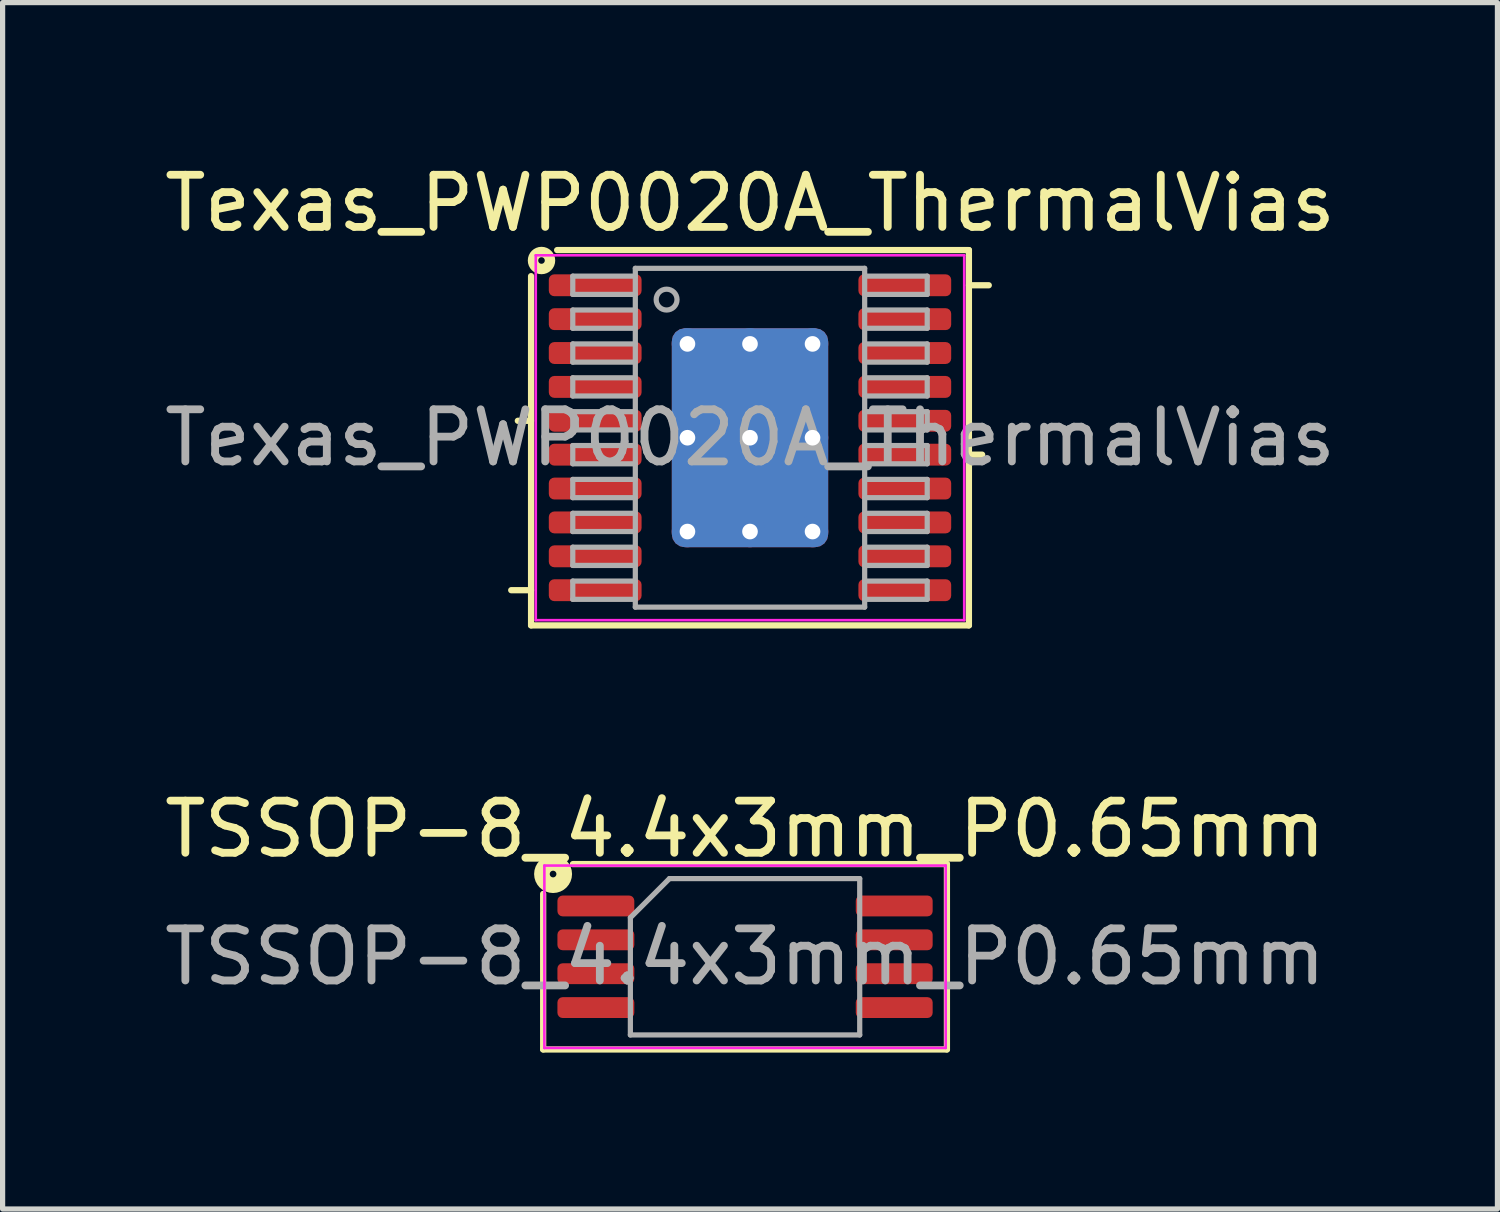
<source format=kicad_pcb>
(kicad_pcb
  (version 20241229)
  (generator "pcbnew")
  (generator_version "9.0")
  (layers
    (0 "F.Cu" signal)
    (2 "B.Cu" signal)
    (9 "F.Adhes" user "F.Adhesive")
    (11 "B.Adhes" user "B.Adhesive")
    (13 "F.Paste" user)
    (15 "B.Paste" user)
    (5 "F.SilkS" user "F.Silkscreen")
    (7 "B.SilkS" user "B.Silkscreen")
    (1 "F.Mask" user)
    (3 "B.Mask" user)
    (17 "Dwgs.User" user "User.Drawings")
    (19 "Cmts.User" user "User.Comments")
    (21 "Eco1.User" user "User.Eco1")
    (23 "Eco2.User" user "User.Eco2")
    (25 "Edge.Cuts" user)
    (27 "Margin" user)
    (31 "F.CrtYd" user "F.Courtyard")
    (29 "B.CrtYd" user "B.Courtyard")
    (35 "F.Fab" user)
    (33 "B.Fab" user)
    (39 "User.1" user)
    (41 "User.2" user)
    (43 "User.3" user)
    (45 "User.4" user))
  (footprint "Texas_PWP0020A_ThermalVias"
    (layer "F.Cu")
    (at 11.339 5.348)
    (property "Reference" "Texas_PWP0020A_ThermalVias" (at 0 -4.5 0) (layer "F.SilkS") (effects (font (size 1 1) (thickness 0.15))))
    (attr smd)
    (fp_line (start -4.2 -3.1) (end -4.2 3.6) (stroke (width 0.12) (type solid)) (layer "F.SilkS"))
    (fp_line (start -4.2 -0.325) (end -4.454 -0.325) (stroke (width 0.12) (type solid)) (layer "F.SilkS"))
    (fp_line (start -4.2 2.925) (end -4.581 2.925) (stroke (width 0.12) (type solid)) (layer "F.SilkS"))
    (fp_line (start -4.2 3.6) (end 4.2 3.6) (stroke (width 0.12) (type solid)) (layer "F.SilkS"))
    (fp_line (start 4.2 -3.6) (end -3.7 -3.6) (stroke (width 0.12) (type solid)) (layer "F.SilkS"))
    (fp_line (start 4.2 -2.925) (end 4.581 -2.925) (stroke (width 0.12) (type solid)) (layer "F.SilkS"))
    (fp_line (start 4.2 0.325) (end 4.454 0.325) (stroke (width 0.12) (type solid)) (layer "F.SilkS"))
    (fp_line (start 4.2 3.6) (end 4.2 -3.6) (stroke (width 0.12) (type solid)) (layer "F.SilkS"))
    (fp_circle (center -4 -3.4) (end -3.937 -3.4) (stroke (width 0.2) (type solid)) (fill no) (layer "F.SilkS"))
    (fp_line (start -4.11 -3.5) (end -4.11 3.5) (stroke (width 0.05) (type solid)) (layer "F.CrtYd"))
    (fp_line (start -4.11 3.5) (end 4.11 3.5) (stroke (width 0.05) (type solid)) (layer "F.CrtYd"))
    (fp_line (start 4.11 -3.5) (end -4.11 -3.5) (stroke (width 0.05) (type solid)) (layer "F.CrtYd"))
    (fp_line (start 4.11 3.5) (end 4.11 -3.5) (stroke (width 0.05) (type solid)) (layer "F.CrtYd"))
    (fp_line (start -3.4 -3.1) (end -3.4 -2.75) (stroke (width 0.1) (type solid)) (layer "F.Fab"))
    (fp_line (start -3.4 -2.75) (end -2.2 -2.75) (stroke (width 0.1) (type solid)) (layer "F.Fab"))
    (fp_line (start -3.4 -2.45) (end -3.4 -2.1) (stroke (width 0.1) (type solid)) (layer "F.Fab"))
    (fp_line (start -3.4 -2.1) (end -2.2 -2.1) (stroke (width 0.1) (type solid)) (layer "F.Fab"))
    (fp_line (start -3.4 -1.8) (end -3.4 -1.45) (stroke (width 0.1) (type solid)) (layer "F.Fab"))
    (fp_line (start -3.4 -1.45) (end -2.2 -1.45) (stroke (width 0.1) (type solid)) (layer "F.Fab"))
    (fp_line (start -3.4 -1.15) (end -3.4 -0.8) (stroke (width 0.1) (type solid)) (layer "F.Fab"))
    (fp_line (start -3.4 -0.8) (end -2.2 -0.8) (stroke (width 0.1) (type solid)) (layer "F.Fab"))
    (fp_line (start -3.4 -0.5) (end -3.4 -0.15) (stroke (width 0.1) (type solid)) (layer "F.Fab"))
    (fp_line (start -3.4 -0.15) (end -2.2 -0.15) (stroke (width 0.1) (type solid)) (layer "F.Fab"))
    (fp_line (start -3.4 0.15) (end -3.4 0.5) (stroke (width 0.1) (type solid)) (layer "F.Fab"))
    (fp_line (start -3.4 0.5) (end -2.2 0.5) (stroke (width 0.1) (type solid)) (layer "F.Fab"))
    (fp_line (start -3.4 0.8) (end -3.4 1.15) (stroke (width 0.1) (type solid)) (layer "F.Fab"))
    (fp_line (start -3.4 1.15) (end -2.2 1.15) (stroke (width 0.1) (type solid)) (layer "F.Fab"))
    (fp_line (start -3.4 1.45) (end -3.4 1.8) (stroke (width 0.1) (type solid)) (layer "F.Fab"))
    (fp_line (start -3.4 1.8) (end -2.2 1.8) (stroke (width 0.1) (type solid)) (layer "F.Fab"))
    (fp_line (start -3.4 2.1) (end -3.4 2.45) (stroke (width 0.1) (type solid)) (layer "F.Fab"))
    (fp_line (start -3.4 2.45) (end -2.2 2.45) (stroke (width 0.1) (type solid)) (layer "F.Fab"))
    (fp_line (start -3.4 2.75) (end -3.4 3.1) (stroke (width 0.1) (type solid)) (layer "F.Fab"))
    (fp_line (start -3.4 3.1) (end -2.2 3.1) (stroke (width 0.1) (type solid)) (layer "F.Fab"))
    (fp_line (start -2.2 -3.25) (end -2.2 3.25) (stroke (width 0.1) (type solid)) (layer "F.Fab"))
    (fp_line (start -2.2 -3.1) (end -3.4 -3.1) (stroke (width 0.1) (type solid)) (layer "F.Fab"))
    (fp_line (start -2.2 -2.45) (end -3.4 -2.45) (stroke (width 0.1) (type solid)) (layer "F.Fab"))
    (fp_line (start -2.2 -1.8) (end -3.4 -1.8) (stroke (width 0.1) (type solid)) (layer "F.Fab"))
    (fp_line (start -2.2 -1.15) (end -3.4 -1.15) (stroke (width 0.1) (type solid)) (layer "F.Fab"))
    (fp_line (start -2.2 -0.5) (end -3.4 -0.5) (stroke (width 0.1) (type solid)) (layer "F.Fab"))
    (fp_line (start -2.2 0.15) (end -3.4 0.15) (stroke (width 0.1) (type solid)) (layer "F.Fab"))
    (fp_line (start -2.2 0.8) (end -3.4 0.8) (stroke (width 0.1) (type solid)) (layer "F.Fab"))
    (fp_line (start -2.2 1.45) (end -3.4 1.45) (stroke (width 0.1) (type solid)) (layer "F.Fab"))
    (fp_line (start -2.2 2.1) (end -3.4 2.1) (stroke (width 0.1) (type solid)) (layer "F.Fab"))
    (fp_line (start -2.2 2.75) (end -3.4 2.75) (stroke (width 0.1) (type solid)) (layer "F.Fab"))
    (fp_line (start -2.2 3.25) (end 2.2 3.25) (stroke (width 0.1) (type solid)) (layer "F.Fab"))
    (fp_line (start 2.2 -3.25) (end -2.2 -3.25) (stroke (width 0.1) (type solid)) (layer "F.Fab"))
    (fp_line (start 2.2 -2.75) (end 3.4 -2.75) (stroke (width 0.1) (type solid)) (layer "F.Fab"))
    (fp_line (start 2.2 -2.1) (end 3.4 -2.1) (stroke (width 0.1) (type solid)) (layer "F.Fab"))
    (fp_line (start 2.2 -1.45) (end 3.4 -1.45) (stroke (width 0.1) (type solid)) (layer "F.Fab"))
    (fp_line (start 2.2 -0.8) (end 3.4 -0.8) (stroke (width 0.1) (type solid)) (layer "F.Fab"))
    (fp_line (start 2.2 -0.15) (end 3.4 -0.15) (stroke (width 0.1) (type solid)) (layer "F.Fab"))
    (fp_line (start 2.2 0.5) (end 3.4 0.5) (stroke (width 0.1) (type solid)) (layer "F.Fab"))
    (fp_line (start 2.2 1.15) (end 3.4 1.15) (stroke (width 0.1) (type solid)) (layer "F.Fab"))
    (fp_line (start 2.2 1.8) (end 3.4 1.8) (stroke (width 0.1) (type solid)) (layer "F.Fab"))
    (fp_line (start 2.2 2.45) (end 3.4 2.45) (stroke (width 0.1) (type solid)) (layer "F.Fab"))
    (fp_line (start 2.2 3.1) (end 3.4 3.1) (stroke (width 0.1) (type solid)) (layer "F.Fab"))
    (fp_line (start 2.2 3.25) (end 2.2 -3.25) (stroke (width 0.1) (type solid)) (layer "F.Fab"))
    (fp_line (start 3.4 -3.1) (end 2.2 -3.1) (stroke (width 0.1) (type solid)) (layer "F.Fab"))
    (fp_line (start 3.4 -2.75) (end 3.4 -3.1) (stroke (width 0.1) (type solid)) (layer "F.Fab"))
    (fp_line (start 3.4 -2.45) (end 2.2 -2.45) (stroke (width 0.1) (type solid)) (layer "F.Fab"))
    (fp_line (start 3.4 -2.1) (end 3.4 -2.45) (stroke (width 0.1) (type solid)) (layer "F.Fab"))
    (fp_line (start 3.4 -1.8) (end 2.2 -1.8) (stroke (width 0.1) (type solid)) (layer "F.Fab"))
    (fp_line (start 3.4 -1.45) (end 3.4 -1.8) (stroke (width 0.1) (type solid)) (layer "F.Fab"))
    (fp_line (start 3.4 -1.15) (end 2.2 -1.15) (stroke (width 0.1) (type solid)) (layer "F.Fab"))
    (fp_line (start 3.4 -0.8) (end 3.4 -1.15) (stroke (width 0.1) (type solid)) (layer "F.Fab"))
    (fp_line (start 3.4 -0.5) (end 2.2 -0.5) (stroke (width 0.1) (type solid)) (layer "F.Fab"))
    (fp_line (start 3.4 -0.15) (end 3.4 -0.5) (stroke (width 0.1) (type solid)) (layer "F.Fab"))
    (fp_line (start 3.4 0.15) (end 2.2 0.15) (stroke (width 0.1) (type solid)) (layer "F.Fab"))
    (fp_line (start 3.4 0.5) (end 3.4 0.15) (stroke (width 0.1) (type solid)) (layer "F.Fab"))
    (fp_line (start 3.4 0.8) (end 2.2 0.8) (stroke (width 0.1) (type solid)) (layer "F.Fab"))
    (fp_line (start 3.4 1.15) (end 3.4 0.8) (stroke (width 0.1) (type solid)) (layer "F.Fab"))
    (fp_line (start 3.4 1.45) (end 2.2 1.45) (stroke (width 0.1) (type solid)) (layer "F.Fab"))
    (fp_line (start 3.4 1.8) (end 3.4 1.45) (stroke (width 0.1) (type solid)) (layer "F.Fab"))
    (fp_line (start 3.4 2.1) (end 2.2 2.1) (stroke (width 0.1) (type solid)) (layer "F.Fab"))
    (fp_line (start 3.4 2.45) (end 3.4 2.1) (stroke (width 0.1) (type solid)) (layer "F.Fab"))
    (fp_line (start 3.4 2.75) (end 2.2 2.75) (stroke (width 0.1) (type solid)) (layer "F.Fab"))
    (fp_line (start 3.4 3.1) (end 3.4 2.75) (stroke (width 0.1) (type solid)) (layer "F.Fab"))
    (fp_circle (center -1.6 -2.65) (end -1.4 -2.65) (stroke (width 0.1) (type solid)) (fill no) (layer "F.Fab"))
    (fp_text user "${REFERENCE}" (at 0 0 0) (layer "F.Fab") (effects (font (size 1 1) (thickness 0.15))))
    (pad "" smd roundrect (at -0.713 -1.012) (size 1.1 1.7) (layers "F.Paste") (roundrect_rratio 0.196))
    (pad "" smd roundrect (at -0.713 1.012) (size 1.1 1.7) (layers "F.Paste") (roundrect_rratio 0.196))
    (pad "" smd roundrect (at 0.713 -1.012) (size 1.1 1.7) (layers "F.Paste") (roundrect_rratio 0.196))
    (pad "" smd roundrect (at 0.713 1.012) (size 1.1 1.7) (layers "F.Paste") (roundrect_rratio 0.196))
    (pad "1" smd roundrect (at -2.97 -2.925) (size 1.78 0.42) (layers "F.Cu" "F.Mask" "F.Paste") (roundrect_rratio 0.25))
    (pad "2" smd roundrect (at -2.97 -2.275) (size 1.78 0.42) (layers "F.Cu" "F.Mask" "F.Paste") (roundrect_rratio 0.25))
    (pad "3" smd roundrect (at -2.97 -1.625) (size 1.78 0.42) (layers "F.Cu" "F.Mask" "F.Paste") (roundrect_rratio 0.25))
    (pad "4" smd roundrect (at -2.97 -0.975) (size 1.78 0.42) (layers "F.Cu" "F.Mask" "F.Paste") (roundrect_rratio 0.25))
    (pad "5" smd roundrect (at -2.97 -0.325) (size 1.78 0.42) (layers "F.Cu" "F.Mask" "F.Paste") (roundrect_rratio 0.25))
    (pad "6" smd roundrect (at -2.97 0.325) (size 1.78 0.42) (layers "F.Cu" "F.Mask" "F.Paste") (roundrect_rratio 0.25))
    (pad "7" smd roundrect (at -2.97 0.975) (size 1.78 0.42) (layers "F.Cu" "F.Mask" "F.Paste") (roundrect_rratio 0.25))
    (pad "8" smd roundrect (at -2.97 1.625) (size 1.78 0.42) (layers "F.Cu" "F.Mask" "F.Paste") (roundrect_rratio 0.25))
    (pad "9" smd roundrect (at -2.97 2.275) (size 1.78 0.42) (layers "F.Cu" "F.Mask" "F.Paste") (roundrect_rratio 0.25))
    (pad "10" smd roundrect (at -2.97 2.925) (size 1.78 0.42) (layers "F.Cu" "F.Mask" "F.Paste") (roundrect_rratio 0.25))
    (pad "11" smd roundrect (at 2.97 2.925) (size 1.78 0.42) (layers "F.Cu" "F.Mask" "F.Paste") (roundrect_rratio 0.25))
    (pad "12" smd roundrect (at 2.97 2.275) (size 1.78 0.42) (layers "F.Cu" "F.Mask" "F.Paste") (roundrect_rratio 0.25))
    (pad "13" smd roundrect (at 2.97 1.625) (size 1.78 0.42) (layers "F.Cu" "F.Mask" "F.Paste") (roundrect_rratio 0.25))
    (pad "14" smd roundrect (at 2.97 0.975) (size 1.78 0.42) (layers "F.Cu" "F.Mask" "F.Paste") (roundrect_rratio 0.25))
    (pad "15" smd roundrect (at 2.97 0.325) (size 1.78 0.42) (layers "F.Cu" "F.Mask" "F.Paste") (roundrect_rratio 0.25))
    (pad "16" smd roundrect (at 2.97 -0.325) (size 1.78 0.42) (layers "F.Cu" "F.Mask" "F.Paste") (roundrect_rratio 0.25))
    (pad "17" smd roundrect (at 2.97 -0.975) (size 1.78 0.42) (layers "F.Cu" "F.Mask" "F.Paste") (roundrect_rratio 0.25))
    (pad "18" smd roundrect (at 2.97 -1.625) (size 1.78 0.42) (layers "F.Cu" "F.Mask" "F.Paste") (roundrect_rratio 0.25))
    (pad "19" smd roundrect (at 2.97 -2.275) (size 1.78 0.42) (layers "F.Cu" "F.Mask" "F.Paste") (roundrect_rratio 0.25))
    (pad "20" smd roundrect (at 2.97 -2.925) (size 1.78 0.42) (layers "F.Cu" "F.Mask" "F.Paste") (roundrect_rratio 0.25))
    (pad "21" thru_hole circle (at -1.2 -1.8) (size 0.6 0.6) (drill 0.3) (property pad_prop_heatsink) (layers "*.Cu"))
    (pad "21" thru_hole circle (at -1.2 0) (size 0.6 0.6) (drill 0.3) (property pad_prop_heatsink) (layers "*.Cu"))
    (pad "21" thru_hole circle (at -1.2 1.8) (size 0.6 0.6) (drill 0.3) (property pad_prop_heatsink) (layers "*.Cu"))
    (pad "21" thru_hole circle (at 0 -1.8) (size 0.6 0.6) (drill 0.3) (property pad_prop_heatsink) (layers "*.Cu"))
    (pad "21" thru_hole circle (at 0 0) (size 0.6 0.6) (drill 0.3) (property pad_prop_heatsink) (layers "*.Cu"))
    (pad "21" smd roundrect (at 0 0) (size 3 4.2) (layers "F.Cu" "F.Mask") (roundrect_rratio 0.083))
    (pad "21" smd roundrect (at 0 0) (size 3 4.2) (layers "B.Cu" "B.Mask") (roundrect_rratio 0.083))
    (pad "21" thru_hole circle (at 0 1.8) (size 0.6 0.6) (drill 0.3) (property pad_prop_heatsink) (layers "*.Cu"))
    (pad "21" thru_hole circle (at 1.2 -1.8) (size 0.6 0.6) (drill 0.3) (property pad_prop_heatsink) (layers "*.Cu"))
    (pad "21" thru_hole circle (at 1.2 0) (size 0.6 0.6) (drill 0.3) (property pad_prop_heatsink) (layers "*.Cu"))
    (pad "21" thru_hole circle (at 1.2 1.8) (size 0.6 0.6) (drill 0.3) (property pad_prop_heatsink) (layers "*.Cu")))
  (footprint "TSSOP-8_4.4x3mm_P0.65mm"
    (layer "F.Cu")
    (at 11.244 15.306)
    (property "Reference" "TSSOP-8_4.4x3mm_P0.65mm" (at 0 -2.45 0) (layer "F.SilkS") (effects (font (size 1 1) (thickness 0.15))))
    (attr smd)
    (fp_line (start -3.873 -1.206) (end -3.873 1.778) (stroke (width 0.12) (type solid)) (layer "F.SilkS"))
    (fp_line (start -3.873 1.778) (end 3.873 1.778) (stroke (width 0.12) (type solid)) (layer "F.SilkS"))
    (fp_line (start 3.873 -1.778) (end -3.302 -1.778) (stroke (width 0.12) (type solid)) (layer "F.SilkS"))
    (fp_line (start 3.873 1.778) (end 3.873 -1.778) (stroke (width 0.12) (type solid)) (layer "F.SilkS"))
    (fp_circle (center -3.683 -1.587) (end -3.619 -1.587) (stroke (width 0.3) (type solid)) (fill no) (layer "F.SilkS"))
    (fp_line (start -3.85 -1.75) (end -3.85 1.75) (stroke (width 0.05) (type solid)) (layer "F.CrtYd"))
    (fp_line (start -3.85 1.75) (end 3.85 1.75) (stroke (width 0.05) (type solid)) (layer "F.CrtYd"))
    (fp_line (start 3.85 -1.75) (end -3.85 -1.75) (stroke (width 0.05) (type solid)) (layer "F.CrtYd"))
    (fp_line (start 3.85 1.75) (end 3.85 -1.75) (stroke (width 0.05) (type solid)) (layer "F.CrtYd"))
    (fp_line (start -2.2 -0.75) (end -1.45 -1.5) (stroke (width 0.1) (type solid)) (layer "F.Fab"))
    (fp_line (start -2.2 1.5) (end -2.2 -0.75) (stroke (width 0.1) (type solid)) (layer "F.Fab"))
    (fp_line (start -1.45 -1.5) (end 2.2 -1.5) (stroke (width 0.1) (type solid)) (layer "F.Fab"))
    (fp_line (start 2.2 -1.5) (end 2.2 1.5) (stroke (width 0.1) (type solid)) (layer "F.Fab"))
    (fp_line (start 2.2 1.5) (end -2.2 1.5) (stroke (width 0.1) (type solid)) (layer "F.Fab"))
    (fp_text user "${REFERENCE}" (at 0 0 0) (layer "F.Fab") (effects (font (size 1 1) (thickness 0.15))))
    (pad "1" smd roundrect (at -2.862 -0.975) (size 1.475 0.4) (layers "F.Cu" "F.Mask" "F.Paste") (roundrect_rratio 0.25))
    (pad "2" smd roundrect (at -2.862 -0.325) (size 1.475 0.4) (layers "F.Cu" "F.Mask" "F.Paste") (roundrect_rratio 0.25))
    (pad "3" smd roundrect (at -2.862 0.325) (size 1.475 0.4) (layers "F.Cu" "F.Mask" "F.Paste") (roundrect_rratio 0.25))
    (pad "4" smd roundrect (at -2.862 0.975) (size 1.475 0.4) (layers "F.Cu" "F.Mask" "F.Paste") (roundrect_rratio 0.25))
    (pad "5" smd roundrect (at 2.862 0.975) (size 1.475 0.4) (layers "F.Cu" "F.Mask" "F.Paste") (roundrect_rratio 0.25))
    (pad "6" smd roundrect (at 2.862 0.325) (size 1.475 0.4) (layers "F.Cu" "F.Mask" "F.Paste") (roundrect_rratio 0.25))
    (pad "7" smd roundrect (at 2.862 -0.325) (size 1.475 0.4) (layers "F.Cu" "F.Mask" "F.Paste") (roundrect_rratio 0.25))
    (pad "8" smd roundrect (at 2.862 -0.975) (size 1.475 0.4) (layers "F.Cu" "F.Mask" "F.Paste") (roundrect_rratio 0.25)))
  (gr_rect
    (start -3 -3)
    (end 25.679 20.145)
    (stroke (width 0.1) (type default))
    (fill no)
    (layer "Edge.Cuts")))
</source>
